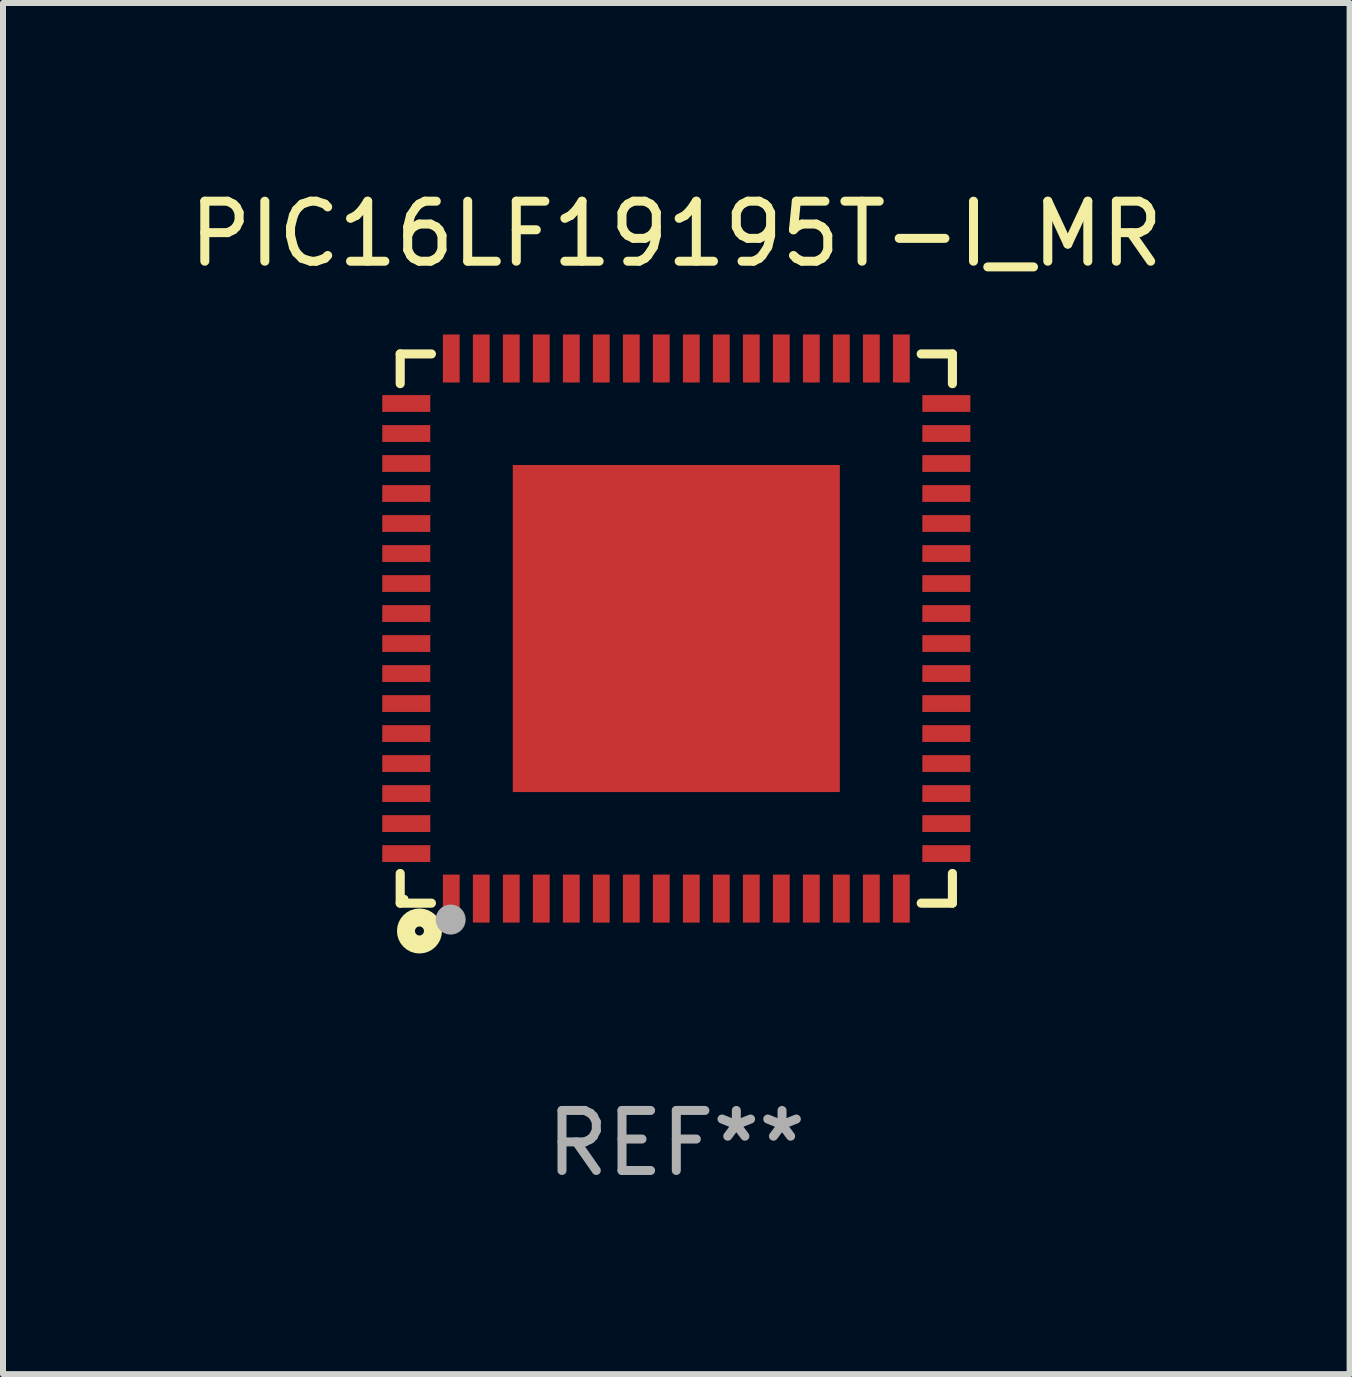
<source format=kicad_pcb>
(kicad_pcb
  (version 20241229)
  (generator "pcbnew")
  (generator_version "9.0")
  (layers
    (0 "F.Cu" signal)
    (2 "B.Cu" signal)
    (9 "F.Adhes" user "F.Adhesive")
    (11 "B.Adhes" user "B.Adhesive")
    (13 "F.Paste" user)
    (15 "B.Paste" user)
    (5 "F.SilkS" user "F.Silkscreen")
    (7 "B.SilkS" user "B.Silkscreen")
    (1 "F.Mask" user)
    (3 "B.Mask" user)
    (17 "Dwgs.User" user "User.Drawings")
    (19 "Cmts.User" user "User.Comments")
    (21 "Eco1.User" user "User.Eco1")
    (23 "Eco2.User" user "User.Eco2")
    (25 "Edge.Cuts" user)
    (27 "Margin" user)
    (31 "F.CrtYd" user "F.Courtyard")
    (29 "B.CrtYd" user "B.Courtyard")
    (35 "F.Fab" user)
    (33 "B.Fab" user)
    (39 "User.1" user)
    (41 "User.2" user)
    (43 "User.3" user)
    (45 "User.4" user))
  (footprint "PIC16LF19195T-I_MR"
    (layer "F.Cu")
    (at 8.22 7.424)
    (property "Reference" "PIC16LF19195T-I_MR" (at 0 -6.576 0) (layer "F.SilkS") (effects (font (size 1 1) (thickness 0.15))))
    (attr through_hole)
    (fp_line (start -4.601 -4.576) (end -4.081 -4.576) (stroke (width 0.152) (type solid)) (layer "F.SilkS"))
    (fp_line (start -4.601 -4.081) (end -4.601 -4.576) (stroke (width 0.152) (type solid)) (layer "F.SilkS"))
    (fp_line (start -4.601 4.081) (end -4.601 4.576) (stroke (width 0.152) (type solid)) (layer "F.SilkS"))
    (fp_line (start -4.601 4.576) (end -4.081 4.576) (stroke (width 0.152) (type solid)) (layer "F.SilkS"))
    (fp_line (start 4.601 -4.576) (end 4.081 -4.576) (stroke (width 0.152) (type solid)) (layer "F.SilkS"))
    (fp_line (start 4.601 -4.081) (end 4.601 -4.576) (stroke (width 0.152) (type solid)) (layer "F.SilkS"))
    (fp_line (start 4.601 4.081) (end 4.601 4.576) (stroke (width 0.152) (type solid)) (layer "F.SilkS"))
    (fp_line (start 4.601 4.576) (end 4.081 4.576) (stroke (width 0.152) (type solid)) (layer "F.SilkS"))
    (fp_circle (center -4.525 4.5) (end -4.495 4.5) (stroke (width 0.06) (type solid)) (fill no) (layer "F.SilkS"))
    (fp_circle (center -4.28 5.04) (end -4.205 5.04) (stroke (width 0.3) (type solid)) (fill no) (layer "F.SilkS"))
    (fp_circle (center -3.76 4.85) (end -3.635 4.85) (stroke (width 0.25) (type solid)) (fill no) (layer "F.Fab"))
    (fp_text user "REF**" (at 0 8.576 0) (layer "F.Fab") (effects (font (size 1 1) (thickness 0.15))))
    (pad "1" smd rect (at -3.75 4.5) (size 0.28 0.8) (layers "F.Cu" "F.Mask" "F.Paste"))
    (pad "2" smd rect (at -3.25 4.5) (size 0.28 0.8) (layers "F.Cu" "F.Mask" "F.Paste"))
    (pad "3" smd rect (at -2.75 4.5) (size 0.28 0.8) (layers "F.Cu" "F.Mask" "F.Paste"))
    (pad "4" smd rect (at -2.25 4.5) (size 0.28 0.8) (layers "F.Cu" "F.Mask" "F.Paste"))
    (pad "5" smd rect (at -1.75 4.5) (size 0.28 0.8) (layers "F.Cu" "F.Mask" "F.Paste"))
    (pad "6" smd rect (at -1.25 4.5) (size 0.28 0.8) (layers "F.Cu" "F.Mask" "F.Paste"))
    (pad "7" smd rect (at -0.75 4.5) (size 0.28 0.8) (layers "F.Cu" "F.Mask" "F.Paste"))
    (pad "8" smd rect (at -0.25 4.5) (size 0.28 0.8) (layers "F.Cu" "F.Mask" "F.Paste"))
    (pad "9" smd rect (at 0.25 4.5) (size 0.28 0.8) (layers "F.Cu" "F.Mask" "F.Paste"))
    (pad "10" smd rect (at 0.75 4.5) (size 0.28 0.8) (layers "F.Cu" "F.Mask" "F.Paste"))
    (pad "11" smd rect (at 1.25 4.5) (size 0.28 0.8) (layers "F.Cu" "F.Mask" "F.Paste"))
    (pad "12" smd rect (at 1.75 4.5) (size 0.28 0.8) (layers "F.Cu" "F.Mask" "F.Paste"))
    (pad "13" smd rect (at 2.25 4.5) (size 0.28 0.8) (layers "F.Cu" "F.Mask" "F.Paste"))
    (pad "14" smd rect (at 2.75 4.5) (size 0.28 0.8) (layers "F.Cu" "F.Mask" "F.Paste"))
    (pad "15" smd rect (at 3.25 4.5) (size 0.28 0.8) (layers "F.Cu" "F.Mask" "F.Paste"))
    (pad "16" smd rect (at 3.75 4.5) (size 0.28 0.8) (layers "F.Cu" "F.Mask" "F.Paste"))
    (pad "17" smd rect (at 4.5 3.75) (size 0.8 0.28) (layers "F.Cu" "F.Mask" "F.Paste"))
    (pad "18" smd rect (at 4.5 3.25) (size 0.8 0.28) (layers "F.Cu" "F.Mask" "F.Paste"))
    (pad "19" smd rect (at 4.5 2.75) (size 0.8 0.28) (layers "F.Cu" "F.Mask" "F.Paste"))
    (pad "20" smd rect (at 4.5 2.25) (size 0.8 0.28) (layers "F.Cu" "F.Mask" "F.Paste"))
    (pad "21" smd rect (at 4.5 1.75) (size 0.8 0.28) (layers "F.Cu" "F.Mask" "F.Paste"))
    (pad "22" smd rect (at 4.5 1.25) (size 0.8 0.28) (layers "F.Cu" "F.Mask" "F.Paste"))
    (pad "23" smd rect (at 4.5 0.75) (size 0.8 0.28) (layers "F.Cu" "F.Mask" "F.Paste"))
    (pad "24" smd rect (at 4.5 0.25) (size 0.8 0.28) (layers "F.Cu" "F.Mask" "F.Paste"))
    (pad "25" smd rect (at 4.5 -0.25) (size 0.8 0.28) (layers "F.Cu" "F.Mask" "F.Paste"))
    (pad "26" smd rect (at 4.5 -0.75) (size 0.8 0.28) (layers "F.Cu" "F.Mask" "F.Paste"))
    (pad "27" smd rect (at 4.5 -1.25) (size 0.8 0.28) (layers "F.Cu" "F.Mask" "F.Paste"))
    (pad "28" smd rect (at 4.5 -1.75) (size 0.8 0.28) (layers "F.Cu" "F.Mask" "F.Paste"))
    (pad "29" smd rect (at 4.5 -2.25) (size 0.8 0.28) (layers "F.Cu" "F.Mask" "F.Paste"))
    (pad "30" smd rect (at 4.5 -2.75) (size 0.8 0.28) (layers "F.Cu" "F.Mask" "F.Paste"))
    (pad "31" smd rect (at 4.5 -3.25) (size 0.8 0.28) (layers "F.Cu" "F.Mask" "F.Paste"))
    (pad "32" smd rect (at 4.5 -3.75) (size 0.8 0.28) (layers "F.Cu" "F.Mask" "F.Paste"))
    (pad "33" smd rect (at 3.75 -4.5) (size 0.28 0.8) (layers "F.Cu" "F.Mask" "F.Paste"))
    (pad "34" smd rect (at 3.25 -4.5) (size 0.28 0.8) (layers "F.Cu" "F.Mask" "F.Paste"))
    (pad "35" smd rect (at 2.75 -4.5) (size 0.28 0.8) (layers "F.Cu" "F.Mask" "F.Paste"))
    (pad "36" smd rect (at 2.25 -4.5) (size 0.28 0.8) (layers "F.Cu" "F.Mask" "F.Paste"))
    (pad "37" smd rect (at 1.75 -4.5) (size 0.28 0.8) (layers "F.Cu" "F.Mask" "F.Paste"))
    (pad "38" smd rect (at 1.25 -4.5) (size 0.28 0.8) (layers "F.Cu" "F.Mask" "F.Paste"))
    (pad "39" smd rect (at 0.75 -4.5) (size 0.28 0.8) (layers "F.Cu" "F.Mask" "F.Paste"))
    (pad "40" smd rect (at 0.25 -4.5) (size 0.28 0.8) (layers "F.Cu" "F.Mask" "F.Paste"))
    (pad "41" smd rect (at -0.25 -4.5) (size 0.28 0.8) (layers "F.Cu" "F.Mask" "F.Paste"))
    (pad "42" smd rect (at -0.75 -4.5) (size 0.28 0.8) (layers "F.Cu" "F.Mask" "F.Paste"))
    (pad "43" smd rect (at -1.25 -4.5) (size 0.28 0.8) (layers "F.Cu" "F.Mask" "F.Paste"))
    (pad "44" smd rect (at -1.75 -4.5) (size 0.28 0.8) (layers "F.Cu" "F.Mask" "F.Paste"))
    (pad "45" smd rect (at -2.25 -4.5) (size 0.28 0.8) (layers "F.Cu" "F.Mask" "F.Paste"))
    (pad "46" smd rect (at -2.75 -4.5) (size 0.28 0.8) (layers "F.Cu" "F.Mask" "F.Paste"))
    (pad "47" smd rect (at -3.25 -4.5) (size 0.28 0.8) (layers "F.Cu" "F.Mask" "F.Paste"))
    (pad "48" smd rect (at -3.75 -4.5) (size 0.28 0.8) (layers "F.Cu" "F.Mask" "F.Paste"))
    (pad "49" smd rect (at -4.5 -3.75) (size 0.8 0.28) (layers "F.Cu" "F.Mask" "F.Paste"))
    (pad "50" smd rect (at -4.5 -3.25) (size 0.8 0.28) (layers "F.Cu" "F.Mask" "F.Paste"))
    (pad "51" smd rect (at -4.5 -2.75) (size 0.8 0.28) (layers "F.Cu" "F.Mask" "F.Paste"))
    (pad "52" smd rect (at -4.5 -2.25) (size 0.8 0.28) (layers "F.Cu" "F.Mask" "F.Paste"))
    (pad "53" smd rect (at -4.5 -1.75) (size 0.8 0.28) (layers "F.Cu" "F.Mask" "F.Paste"))
    (pad "54" smd rect (at -4.5 -1.25) (size 0.8 0.28) (layers "F.Cu" "F.Mask" "F.Paste"))
    (pad "55" smd rect (at -4.5 -0.75) (size 0.8 0.28) (layers "F.Cu" "F.Mask" "F.Paste"))
    (pad "56" smd rect (at -4.5 -0.25) (size 0.8 0.28) (layers "F.Cu" "F.Mask" "F.Paste"))
    (pad "57" smd rect (at -4.5 0.25) (size 0.8 0.28) (layers "F.Cu" "F.Mask" "F.Paste"))
    (pad "58" smd rect (at -4.5 0.75) (size 0.8 0.28) (layers "F.Cu" "F.Mask" "F.Paste"))
    (pad "59" smd rect (at -4.5 1.25) (size 0.8 0.28) (layers "F.Cu" "F.Mask" "F.Paste"))
    (pad "60" smd rect (at -4.5 1.75) (size 0.8 0.28) (layers "F.Cu" "F.Mask" "F.Paste"))
    (pad "61" smd rect (at -4.5 2.25) (size 0.8 0.28) (layers "F.Cu" "F.Mask" "F.Paste"))
    (pad "62" smd rect (at -4.5 2.75) (size 0.8 0.28) (layers "F.Cu" "F.Mask" "F.Paste"))
    (pad "63" smd rect (at -4.5 3.25) (size 0.8 0.28) (layers "F.Cu" "F.Mask" "F.Paste"))
    (pad "64" smd rect (at -4.5 3.75) (size 0.8 0.28) (layers "F.Cu" "F.Mask" "F.Paste"))
    (pad "65" smd rect (at 0 0) (size 5.45 5.45) (layers "F.Cu" "F.Mask" "F.Paste")))
  (gr_rect
    (start -3 -3)
    (end 19.44 19.849)
    (stroke (width 0.1) (type default))
    (fill no)
    (layer "Edge.Cuts")))
</source>
